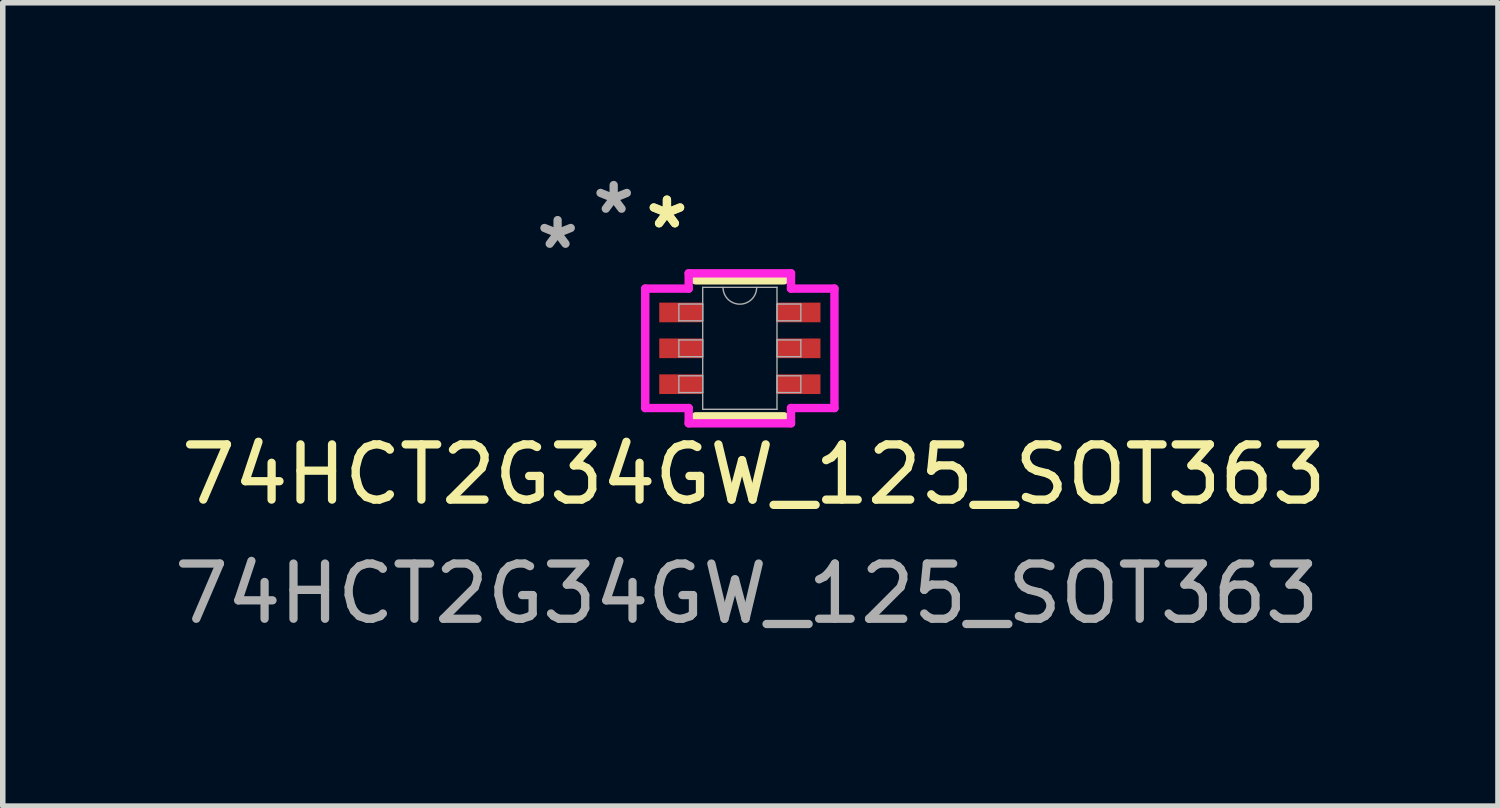
<source format=kicad_pcb>
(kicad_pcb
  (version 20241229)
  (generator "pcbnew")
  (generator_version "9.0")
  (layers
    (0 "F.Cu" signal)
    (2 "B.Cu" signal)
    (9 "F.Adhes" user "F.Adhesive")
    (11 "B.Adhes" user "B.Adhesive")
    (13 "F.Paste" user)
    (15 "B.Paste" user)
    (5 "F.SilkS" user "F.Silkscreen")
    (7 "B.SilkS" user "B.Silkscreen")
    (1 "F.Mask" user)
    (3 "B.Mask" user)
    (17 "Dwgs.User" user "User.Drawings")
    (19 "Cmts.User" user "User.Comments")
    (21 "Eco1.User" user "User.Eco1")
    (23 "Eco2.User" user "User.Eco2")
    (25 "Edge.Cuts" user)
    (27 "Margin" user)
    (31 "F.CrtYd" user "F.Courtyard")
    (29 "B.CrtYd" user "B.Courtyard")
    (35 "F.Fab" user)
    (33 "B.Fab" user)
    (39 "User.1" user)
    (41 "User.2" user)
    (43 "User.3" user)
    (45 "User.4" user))
  (footprint "74HCT2G34GW_125_SOT363"
    (layer "F.Cu")
    (at 10.355 3.261)
    (property "Reference" "74HCT2G34GW_125_SOT363" (at 0.254 2.286 0) (unlocked yes) (layer "F.SilkS") (effects (font (size 1 1) (thickness 0.15))))
    (attr smd)
    (fp_line (start -0.8 1.232) (end 0.8 1.232) (stroke (width 0.152) (type solid)) (layer "F.SilkS"))
    (fp_line (start 0.8 -1.232) (end -0.8 -1.232) (stroke (width 0.152) (type solid)) (layer "F.SilkS"))
    (fp_line (start -1.714 -1.082) (end -0.927 -1.082) (stroke (width 0.152) (type solid)) (layer "F.CrtYd"))
    (fp_line (start -1.714 1.082) (end -1.714 -1.082) (stroke (width 0.152) (type solid)) (layer "F.CrtYd"))
    (fp_line (start -1.714 1.082) (end -0.927 1.082) (stroke (width 0.152) (type solid)) (layer "F.CrtYd"))
    (fp_line (start -0.927 -1.359) (end 0.927 -1.359) (stroke (width 0.152) (type solid)) (layer "F.CrtYd"))
    (fp_line (start -0.927 -1.082) (end -0.927 -1.359) (stroke (width 0.152) (type solid)) (layer "F.CrtYd"))
    (fp_line (start -0.927 1.359) (end -0.927 1.082) (stroke (width 0.152) (type solid)) (layer "F.CrtYd"))
    (fp_line (start 0.927 -1.359) (end 0.927 -1.082) (stroke (width 0.152) (type solid)) (layer "F.CrtYd"))
    (fp_line (start 0.927 1.082) (end 0.927 1.359) (stroke (width 0.152) (type solid)) (layer "F.CrtYd"))
    (fp_line (start 0.927 1.359) (end -0.927 1.359) (stroke (width 0.152) (type solid)) (layer "F.CrtYd"))
    (fp_line (start 1.714 -1.082) (end 0.927 -1.082) (stroke (width 0.152) (type solid)) (layer "F.CrtYd"))
    (fp_line (start 1.714 -1.082) (end 1.714 1.082) (stroke (width 0.152) (type solid)) (layer "F.CrtYd"))
    (fp_line (start 1.714 1.082) (end 0.927 1.082) (stroke (width 0.152) (type solid)) (layer "F.CrtYd"))
    (fp_line (start -1.105 -0.802) (end -1.105 -0.498) (stroke (width 0.025) (type solid)) (layer "F.Fab"))
    (fp_line (start -1.105 -0.498) (end -0.673 -0.498) (stroke (width 0.025) (type solid)) (layer "F.Fab"))
    (fp_line (start -1.105 -0.152) (end -1.105 0.152) (stroke (width 0.025) (type solid)) (layer "F.Fab"))
    (fp_line (start -1.105 0.152) (end -0.673 0.152) (stroke (width 0.025) (type solid)) (layer "F.Fab"))
    (fp_line (start -1.105 0.498) (end -1.105 0.802) (stroke (width 0.025) (type solid)) (layer "F.Fab"))
    (fp_line (start -1.105 0.802) (end -0.673 0.802) (stroke (width 0.025) (type solid)) (layer "F.Fab"))
    (fp_line (start -0.673 -1.105) (end -0.673 1.105) (stroke (width 0.025) (type solid)) (layer "F.Fab"))
    (fp_line (start -0.673 -0.802) (end -1.105 -0.802) (stroke (width 0.025) (type solid)) (layer "F.Fab"))
    (fp_line (start -0.673 -0.498) (end -0.673 -0.802) (stroke (width 0.025) (type solid)) (layer "F.Fab"))
    (fp_line (start -0.673 -0.152) (end -1.105 -0.152) (stroke (width 0.025) (type solid)) (layer "F.Fab"))
    (fp_line (start -0.673 0.152) (end -0.673 -0.152) (stroke (width 0.025) (type solid)) (layer "F.Fab"))
    (fp_line (start -0.673 0.498) (end -1.105 0.498) (stroke (width 0.025) (type solid)) (layer "F.Fab"))
    (fp_line (start -0.673 0.802) (end -0.673 0.498) (stroke (width 0.025) (type solid)) (layer "F.Fab"))
    (fp_line (start -0.673 1.105) (end 0.673 1.105) (stroke (width 0.025) (type solid)) (layer "F.Fab"))
    (fp_line (start 0.673 -1.105) (end -0.673 -1.105) (stroke (width 0.025) (type solid)) (layer "F.Fab"))
    (fp_line (start 0.673 -0.802) (end 0.673 -0.498) (stroke (width 0.025) (type solid)) (layer "F.Fab"))
    (fp_line (start 0.673 -0.498) (end 1.105 -0.498) (stroke (width 0.025) (type solid)) (layer "F.Fab"))
    (fp_line (start 0.673 -0.152) (end 0.673 0.152) (stroke (width 0.025) (type solid)) (layer "F.Fab"))
    (fp_line (start 0.673 0.152) (end 1.105 0.152) (stroke (width 0.025) (type solid)) (layer "F.Fab"))
    (fp_line (start 0.673 0.498) (end 0.673 0.802) (stroke (width 0.025) (type solid)) (layer "F.Fab"))
    (fp_line (start 0.673 0.802) (end 1.105 0.802) (stroke (width 0.025) (type solid)) (layer "F.Fab"))
    (fp_line (start 0.673 1.105) (end 0.673 -1.105) (stroke (width 0.025) (type solid)) (layer "F.Fab"))
    (fp_line (start 1.105 -0.802) (end 0.673 -0.802) (stroke (width 0.025) (type solid)) (layer "F.Fab"))
    (fp_line (start 1.105 -0.498) (end 1.105 -0.802) (stroke (width 0.025) (type solid)) (layer "F.Fab"))
    (fp_line (start 1.105 -0.152) (end 0.673 -0.152) (stroke (width 0.025) (type solid)) (layer "F.Fab"))
    (fp_line (start 1.105 0.152) (end 1.105 -0.152) (stroke (width 0.025) (type solid)) (layer "F.Fab"))
    (fp_line (start 1.105 0.498) (end 0.673 0.498) (stroke (width 0.025) (type solid)) (layer "F.Fab"))
    (fp_line (start 1.105 0.802) (end 1.105 0.498) (stroke (width 0.025) (type solid)) (layer "F.Fab"))
    (fp_arc (start 0.3048 -1.1049) (mid 0 -0.8001) (end -0.3048 -1.1049) (stroke (width 0.0254) (type solid)) (layer "F.Fab"))
    (fp_text user "*" (at -1.321 -2.149 0) (layer "F.SilkS") (effects (font (size 1 1) (thickness 0.15))))
    (fp_text user "*" (at -1.321 -2.149 0) (unlocked yes) (layer "F.SilkS") (effects (font (size 1 1) (thickness 0.15))))
    (fp_text user "${REFERENCE}" (at 0.127 4.445 0) (unlocked yes) (layer "F.Fab") (effects (font (size 1 1) (thickness 0.15))))
    (fp_text user "*" (at -2.286 -2.413 0) (unlocked yes) (layer "F.Fab") (effects (font (size 1 1) (thickness 0.15))))
    (fp_text user "*" (at -3.302 -1.778 0) (layer "F.Fab") (effects (font (size 1 1) (thickness 0.15))))
    (pad "1" smd rect (at -1.067 -0.65) (size 0.787 0.356) (layers "F.Cu" "F.Mask" "F.Paste"))
    (pad "2" smd rect (at -1.067 0) (size 0.787 0.356) (layers "F.Cu" "F.Mask" "F.Paste"))
    (pad "3" smd rect (at -1.067 0.65) (size 0.787 0.356) (layers "F.Cu" "F.Mask" "F.Paste"))
    (pad "4" smd rect (at 1.067 0.65) (size 0.787 0.356) (layers "F.Cu" "F.Mask" "F.Paste"))
    (pad "5" smd rect (at 1.067 0) (size 0.787 0.356) (layers "F.Cu" "F.Mask" "F.Paste"))
    (pad "6" smd rect (at 1.067 -0.65) (size 0.787 0.356) (layers "F.Cu" "F.Mask" "F.Paste")))
  (gr_rect
    (start -3 -3)
    (end 24.091 11.555)
    (stroke (width 0.1) (type default))
    (fill no)
    (layer "Edge.Cuts")))
</source>
